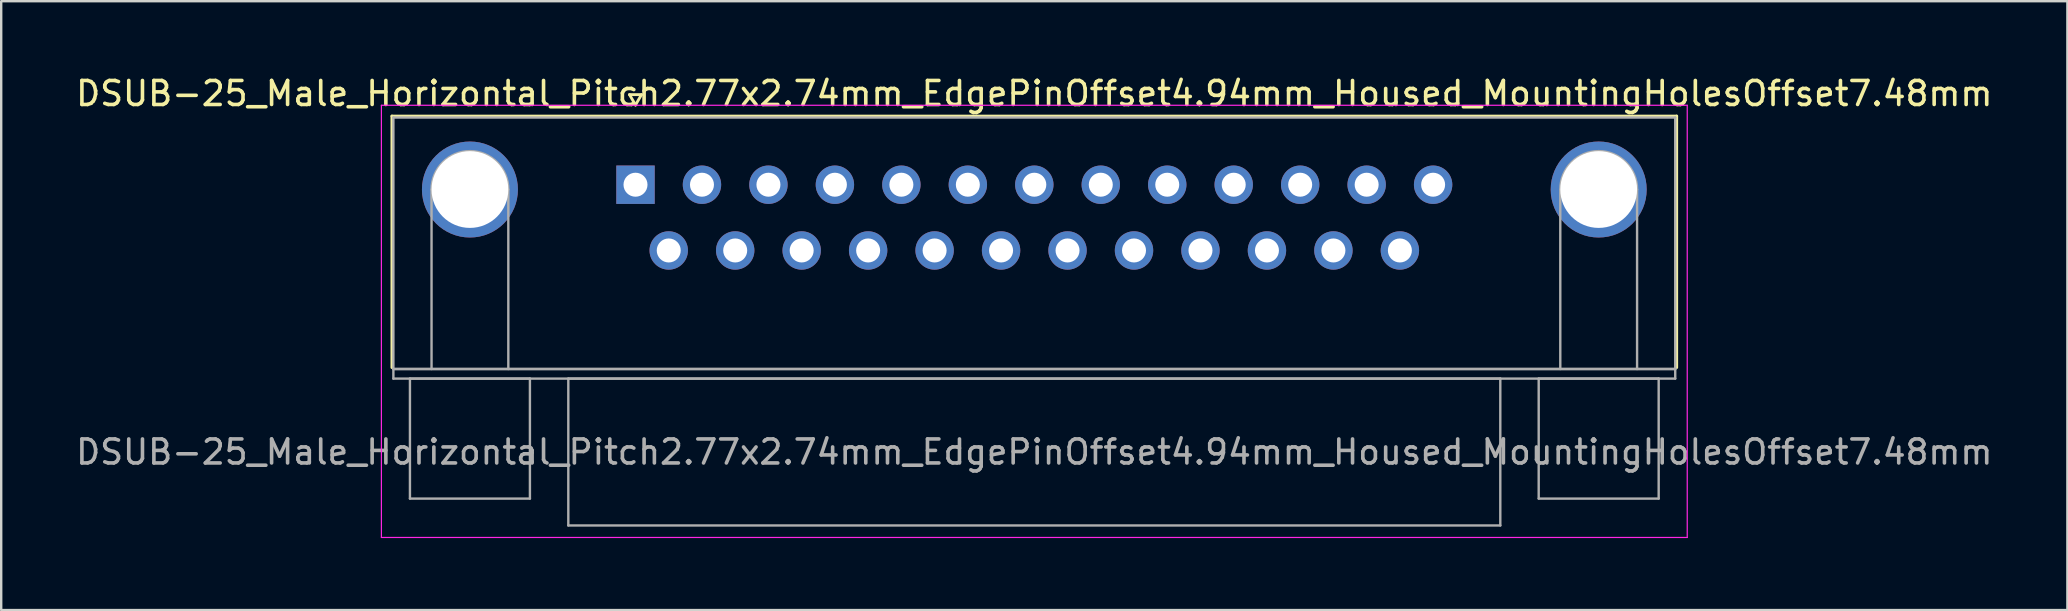
<source format=kicad_pcb>
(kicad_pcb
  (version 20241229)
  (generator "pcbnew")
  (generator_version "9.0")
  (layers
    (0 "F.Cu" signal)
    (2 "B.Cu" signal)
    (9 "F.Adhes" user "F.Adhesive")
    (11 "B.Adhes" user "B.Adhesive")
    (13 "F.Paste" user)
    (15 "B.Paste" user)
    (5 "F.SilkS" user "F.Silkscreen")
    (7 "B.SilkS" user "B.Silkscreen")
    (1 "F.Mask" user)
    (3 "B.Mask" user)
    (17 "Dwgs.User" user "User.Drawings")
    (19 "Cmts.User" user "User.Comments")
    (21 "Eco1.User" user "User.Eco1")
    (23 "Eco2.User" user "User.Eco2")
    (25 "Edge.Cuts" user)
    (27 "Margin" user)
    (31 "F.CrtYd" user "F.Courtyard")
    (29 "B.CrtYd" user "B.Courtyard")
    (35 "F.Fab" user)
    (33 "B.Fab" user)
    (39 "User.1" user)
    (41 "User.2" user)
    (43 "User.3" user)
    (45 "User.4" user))
  (footprint "DSUB-25_Male_Horizontal_Pitch2.77x2.74mm_EdgePinOffset4.94mm_Housed_MountingHolesOffset7.48mm"
    (layer "F.Cu")
    (at 23.434 4.648)
    (property "Reference" "DSUB-25_Male_Horizontal_Pitch2.77x2.74mm_EdgePinOffset4.94mm_Housed_MountingHolesOffset7.48mm" (at 16.62 -3.8 0) (layer "F.SilkS") (effects (font (size 1 1) (thickness 0.15))))
    (attr through_hole)
    (fp_line (start -10.15 -2.86) (end 43.39 -2.86) (stroke (width 0.12) (type solid)) (layer "F.SilkS"))
    (fp_line (start -10.15 7.62) (end -10.15 -2.86) (stroke (width 0.12) (type solid)) (layer "F.SilkS"))
    (fp_line (start -0.25 -3.754) (end 0.25 -3.754) (stroke (width 0.12) (type solid)) (layer "F.SilkS"))
    (fp_line (start 0 -3.321) (end -0.25 -3.754) (stroke (width 0.12) (type solid)) (layer "F.SilkS"))
    (fp_line (start 0.25 -3.754) (end 0 -3.321) (stroke (width 0.12) (type solid)) (layer "F.SilkS"))
    (fp_line (start 43.39 -2.86) (end 43.39 7.62) (stroke (width 0.12) (type solid)) (layer "F.SilkS"))
    (fp_line (start -10.59 -3.31) (end -10.59 14.7) (stroke (width 0.05) (type solid)) (layer "F.CrtYd"))
    (fp_line (start -10.59 14.7) (end 43.83 14.7) (stroke (width 0.05) (type solid)) (layer "F.CrtYd"))
    (fp_line (start 43.83 -3.31) (end -10.59 -3.31) (stroke (width 0.05) (type solid)) (layer "F.CrtYd"))
    (fp_line (start 43.83 14.7) (end 43.83 -3.31) (stroke (width 0.05) (type solid)) (layer "F.CrtYd"))
    (fp_line (start -10.09 -2.8) (end -10.09 7.68) (stroke (width 0.1) (type solid)) (layer "F.Fab"))
    (fp_line (start -10.09 7.68) (end -10.09 8.08) (stroke (width 0.1) (type solid)) (layer "F.Fab"))
    (fp_line (start -10.09 7.68) (end 43.33 7.68) (stroke (width 0.1) (type solid)) (layer "F.Fab"))
    (fp_line (start -10.09 8.08) (end 43.33 8.08) (stroke (width 0.1) (type solid)) (layer "F.Fab"))
    (fp_line (start -9.4 8.08) (end -9.4 13.08) (stroke (width 0.1) (type solid)) (layer "F.Fab"))
    (fp_line (start -9.4 13.08) (end -4.4 13.08) (stroke (width 0.1) (type solid)) (layer "F.Fab"))
    (fp_line (start -8.5 7.68) (end -8.5 0.2) (stroke (width 0.1) (type solid)) (layer "F.Fab"))
    (fp_line (start -5.3 7.68) (end -5.3 0.2) (stroke (width 0.1) (type solid)) (layer "F.Fab"))
    (fp_line (start -4.4 8.08) (end -9.4 8.08) (stroke (width 0.1) (type solid)) (layer "F.Fab"))
    (fp_line (start -4.4 13.08) (end -4.4 8.08) (stroke (width 0.1) (type solid)) (layer "F.Fab"))
    (fp_line (start -2.8 8.08) (end -2.8 14.2) (stroke (width 0.1) (type solid)) (layer "F.Fab"))
    (fp_line (start -2.8 14.2) (end 36.04 14.2) (stroke (width 0.1) (type solid)) (layer "F.Fab"))
    (fp_line (start 36.04 8.08) (end -2.8 8.08) (stroke (width 0.1) (type solid)) (layer "F.Fab"))
    (fp_line (start 36.04 14.2) (end 36.04 8.08) (stroke (width 0.1) (type solid)) (layer "F.Fab"))
    (fp_line (start 37.64 8.08) (end 37.64 13.08) (stroke (width 0.1) (type solid)) (layer "F.Fab"))
    (fp_line (start 37.64 13.08) (end 42.64 13.08) (stroke (width 0.1) (type solid)) (layer "F.Fab"))
    (fp_line (start 38.54 7.68) (end 38.54 0.2) (stroke (width 0.1) (type solid)) (layer "F.Fab"))
    (fp_line (start 41.74 7.68) (end 41.74 0.2) (stroke (width 0.1) (type solid)) (layer "F.Fab"))
    (fp_line (start 42.64 8.08) (end 37.64 8.08) (stroke (width 0.1) (type solid)) (layer "F.Fab"))
    (fp_line (start 42.64 13.08) (end 42.64 8.08) (stroke (width 0.1) (type solid)) (layer "F.Fab"))
    (fp_line (start 43.33 -2.8) (end -10.09 -2.8) (stroke (width 0.1) (type solid)) (layer "F.Fab"))
    (fp_line (start 43.33 7.68) (end -10.09 7.68) (stroke (width 0.1) (type solid)) (layer "F.Fab"))
    (fp_line (start 43.33 7.68) (end 43.33 -2.8) (stroke (width 0.1) (type solid)) (layer "F.Fab"))
    (fp_line (start 43.33 8.08) (end 43.33 7.68) (stroke (width 0.1) (type solid)) (layer "F.Fab"))
    (fp_arc (start -8.5 0.2) (mid -6.9 -1.4) (end -5.3 0.2) (stroke (width 0.1) (type solid)) (layer "F.Fab"))
    (fp_arc (start 38.54 0.2) (mid 40.14 -1.4) (end 41.74 0.2) (stroke (width 0.1) (type solid)) (layer "F.Fab"))
    (fp_text user "${REFERENCE}" (at 16.62 11.14 0) (layer "F.Fab") (effects (font (size 1 1) (thickness 0.15))))
    (pad "0" thru_hole circle (at -6.9 0.2) (size 4 4) (drill 3.2) (layers "*.Cu" "*.Mask"))
    (pad "0" thru_hole circle (at 40.14 0.2) (size 4 4) (drill 3.2) (layers "*.Cu" "*.Mask"))
    (pad "1" thru_hole rect (at 0 0) (size 1.6 1.6) (drill 1) (layers "*.Cu" "*.Mask"))
    (pad "2" thru_hole circle (at 2.77 0) (size 1.6 1.6) (drill 1) (layers "*.Cu" "*.Mask"))
    (pad "3" thru_hole circle (at 5.54 0) (size 1.6 1.6) (drill 1) (layers "*.Cu" "*.Mask"))
    (pad "4" thru_hole circle (at 8.31 0) (size 1.6 1.6) (drill 1) (layers "*.Cu" "*.Mask"))
    (pad "5" thru_hole circle (at 11.08 0) (size 1.6 1.6) (drill 1) (layers "*.Cu" "*.Mask"))
    (pad "6" thru_hole circle (at 13.85 0) (size 1.6 1.6) (drill 1) (layers "*.Cu" "*.Mask"))
    (pad "7" thru_hole circle (at 16.62 0) (size 1.6 1.6) (drill 1) (layers "*.Cu" "*.Mask"))
    (pad "8" thru_hole circle (at 19.39 0) (size 1.6 1.6) (drill 1) (layers "*.Cu" "*.Mask"))
    (pad "9" thru_hole circle (at 22.16 0) (size 1.6 1.6) (drill 1) (layers "*.Cu" "*.Mask"))
    (pad "10" thru_hole circle (at 24.93 0) (size 1.6 1.6) (drill 1) (layers "*.Cu" "*.Mask"))
    (pad "11" thru_hole circle (at 27.7 0) (size 1.6 1.6) (drill 1) (layers "*.Cu" "*.Mask"))
    (pad "12" thru_hole circle (at 30.47 0) (size 1.6 1.6) (drill 1) (layers "*.Cu" "*.Mask"))
    (pad "13" thru_hole circle (at 33.24 0) (size 1.6 1.6) (drill 1) (layers "*.Cu" "*.Mask"))
    (pad "14" thru_hole circle (at 1.385 2.74) (size 1.6 1.6) (drill 1) (layers "*.Cu" "*.Mask"))
    (pad "15" thru_hole circle (at 4.155 2.74) (size 1.6 1.6) (drill 1) (layers "*.Cu" "*.Mask"))
    (pad "16" thru_hole circle (at 6.925 2.74) (size 1.6 1.6) (drill 1) (layers "*.Cu" "*.Mask"))
    (pad "17" thru_hole circle (at 9.695 2.74) (size 1.6 1.6) (drill 1) (layers "*.Cu" "*.Mask"))
    (pad "18" thru_hole circle (at 12.465 2.74) (size 1.6 1.6) (drill 1) (layers "*.Cu" "*.Mask"))
    (pad "19" thru_hole circle (at 15.235 2.74) (size 1.6 1.6) (drill 1) (layers "*.Cu" "*.Mask"))
    (pad "20" thru_hole circle (at 18.005 2.74) (size 1.6 1.6) (drill 1) (layers "*.Cu" "*.Mask"))
    (pad "21" thru_hole circle (at 20.775 2.74) (size 1.6 1.6) (drill 1) (layers "*.Cu" "*.Mask"))
    (pad "22" thru_hole circle (at 23.545 2.74) (size 1.6 1.6) (drill 1) (layers "*.Cu" "*.Mask"))
    (pad "23" thru_hole circle (at 26.315 2.74) (size 1.6 1.6) (drill 1) (layers "*.Cu" "*.Mask"))
    (pad "24" thru_hole circle (at 29.085 2.74) (size 1.6 1.6) (drill 1) (layers "*.Cu" "*.Mask"))
    (pad "25" thru_hole circle (at 31.855 2.74) (size 1.6 1.6) (drill 1) (layers "*.Cu" "*.Mask")))
  (gr_rect
    (start -3 -3)
    (end 83.107 22.373)
    (stroke (width 0.1) (type default))
    (fill no)
    (layer "Edge.Cuts")))
</source>
